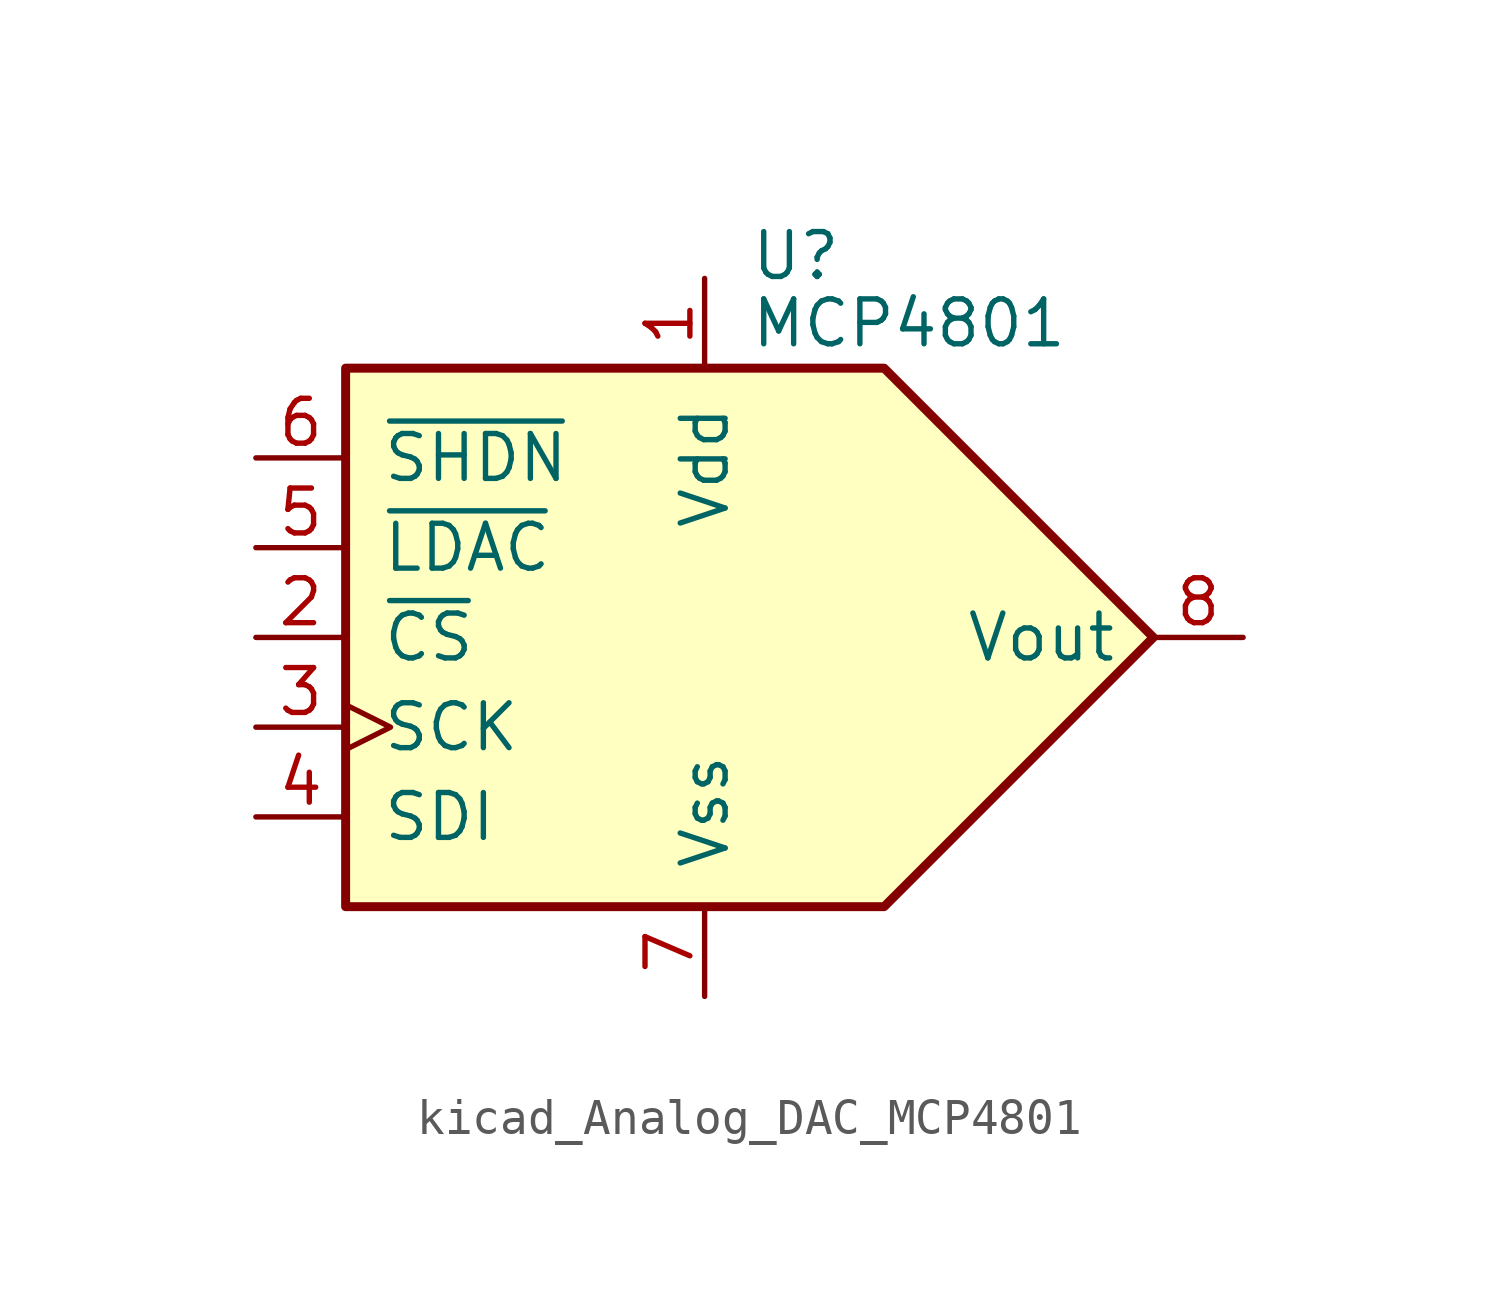
<source format=kicad_sym>
(kicad_symbol_lib
  (version 20220914)
  (generator kicad_symbol_editor)
  (symbol "kicad_Analog_DAC_MCP4801"
    (pin_names
      (offset 1.016))
    (property "Reference" "U"
      (at 1.27 10.795 0)
      (effects (font (size 1.27 1.27)) (justify left)))
    (property "Value" "MCP4801"
      (at 1.27 8.89 0)
      (effects (font (size 1.27 1.27)) (justify left)))
    (symbol "kicad_Analog_DAC_MCP4801_0_0"
      (polyline (pts (xy 12.7 0) (xy 5.08 7.62) (xy -10.16 7.62) (xy -10.16 -7.62) (xy 5.08 -7.62) (xy 12.7 0)) (stroke (width 0.254) (type default)) (fill (type background))))
    (symbol "kicad_Analog_DAC_MCP4801_1_1"
      (pin power_in line (at 0 10.16 270) (length 2.54) (name "Vdd" (effects (font (size 1.27 1.27)))) (number "1" (effects (font (size 1.27 1.27)))))
      (pin input line (at -12.7 0 0) (length 2.54) (name "~{CS}" (effects (font (size 1.27 1.27)))) (number "2" (effects (font (size 1.27 1.27)))))
      (pin input clock (at -12.7 -2.54 0) (length 2.54) (name "SCK" (effects (font (size 1.27 1.27)))) (number "3" (effects (font (size 1.27 1.27)))))
      (pin input line (at -12.7 -5.08 0) (length 2.54) (name "SDI" (effects (font (size 1.27 1.27)))) (number "4" (effects (font (size 1.27 1.27)))))
      (pin input line (at -12.7 2.54 0) (length 2.54) (name "~{LDAC}" (effects (font (size 1.27 1.27)))) (number "5" (effects (font (size 1.27 1.27)))))
      (pin input line (at -12.7 5.08 0) (length 2.54) (name "~{SHDN}" (effects (font (size 1.27 1.27)))) (number "6" (effects (font (size 1.27 1.27)))))
      (pin power_in line (at 0 -10.16 90) (length 2.54) (name "Vss" (effects (font (size 1.27 1.27)))) (number "7" (effects (font (size 1.27 1.27)))))
      (pin output line (at 15.24 0 180) (length 2.54) (name "Vout" (effects (font (size 1.27 1.27)))) (number "8" (effects (font (size 1.27 1.27))))))))
</source>
